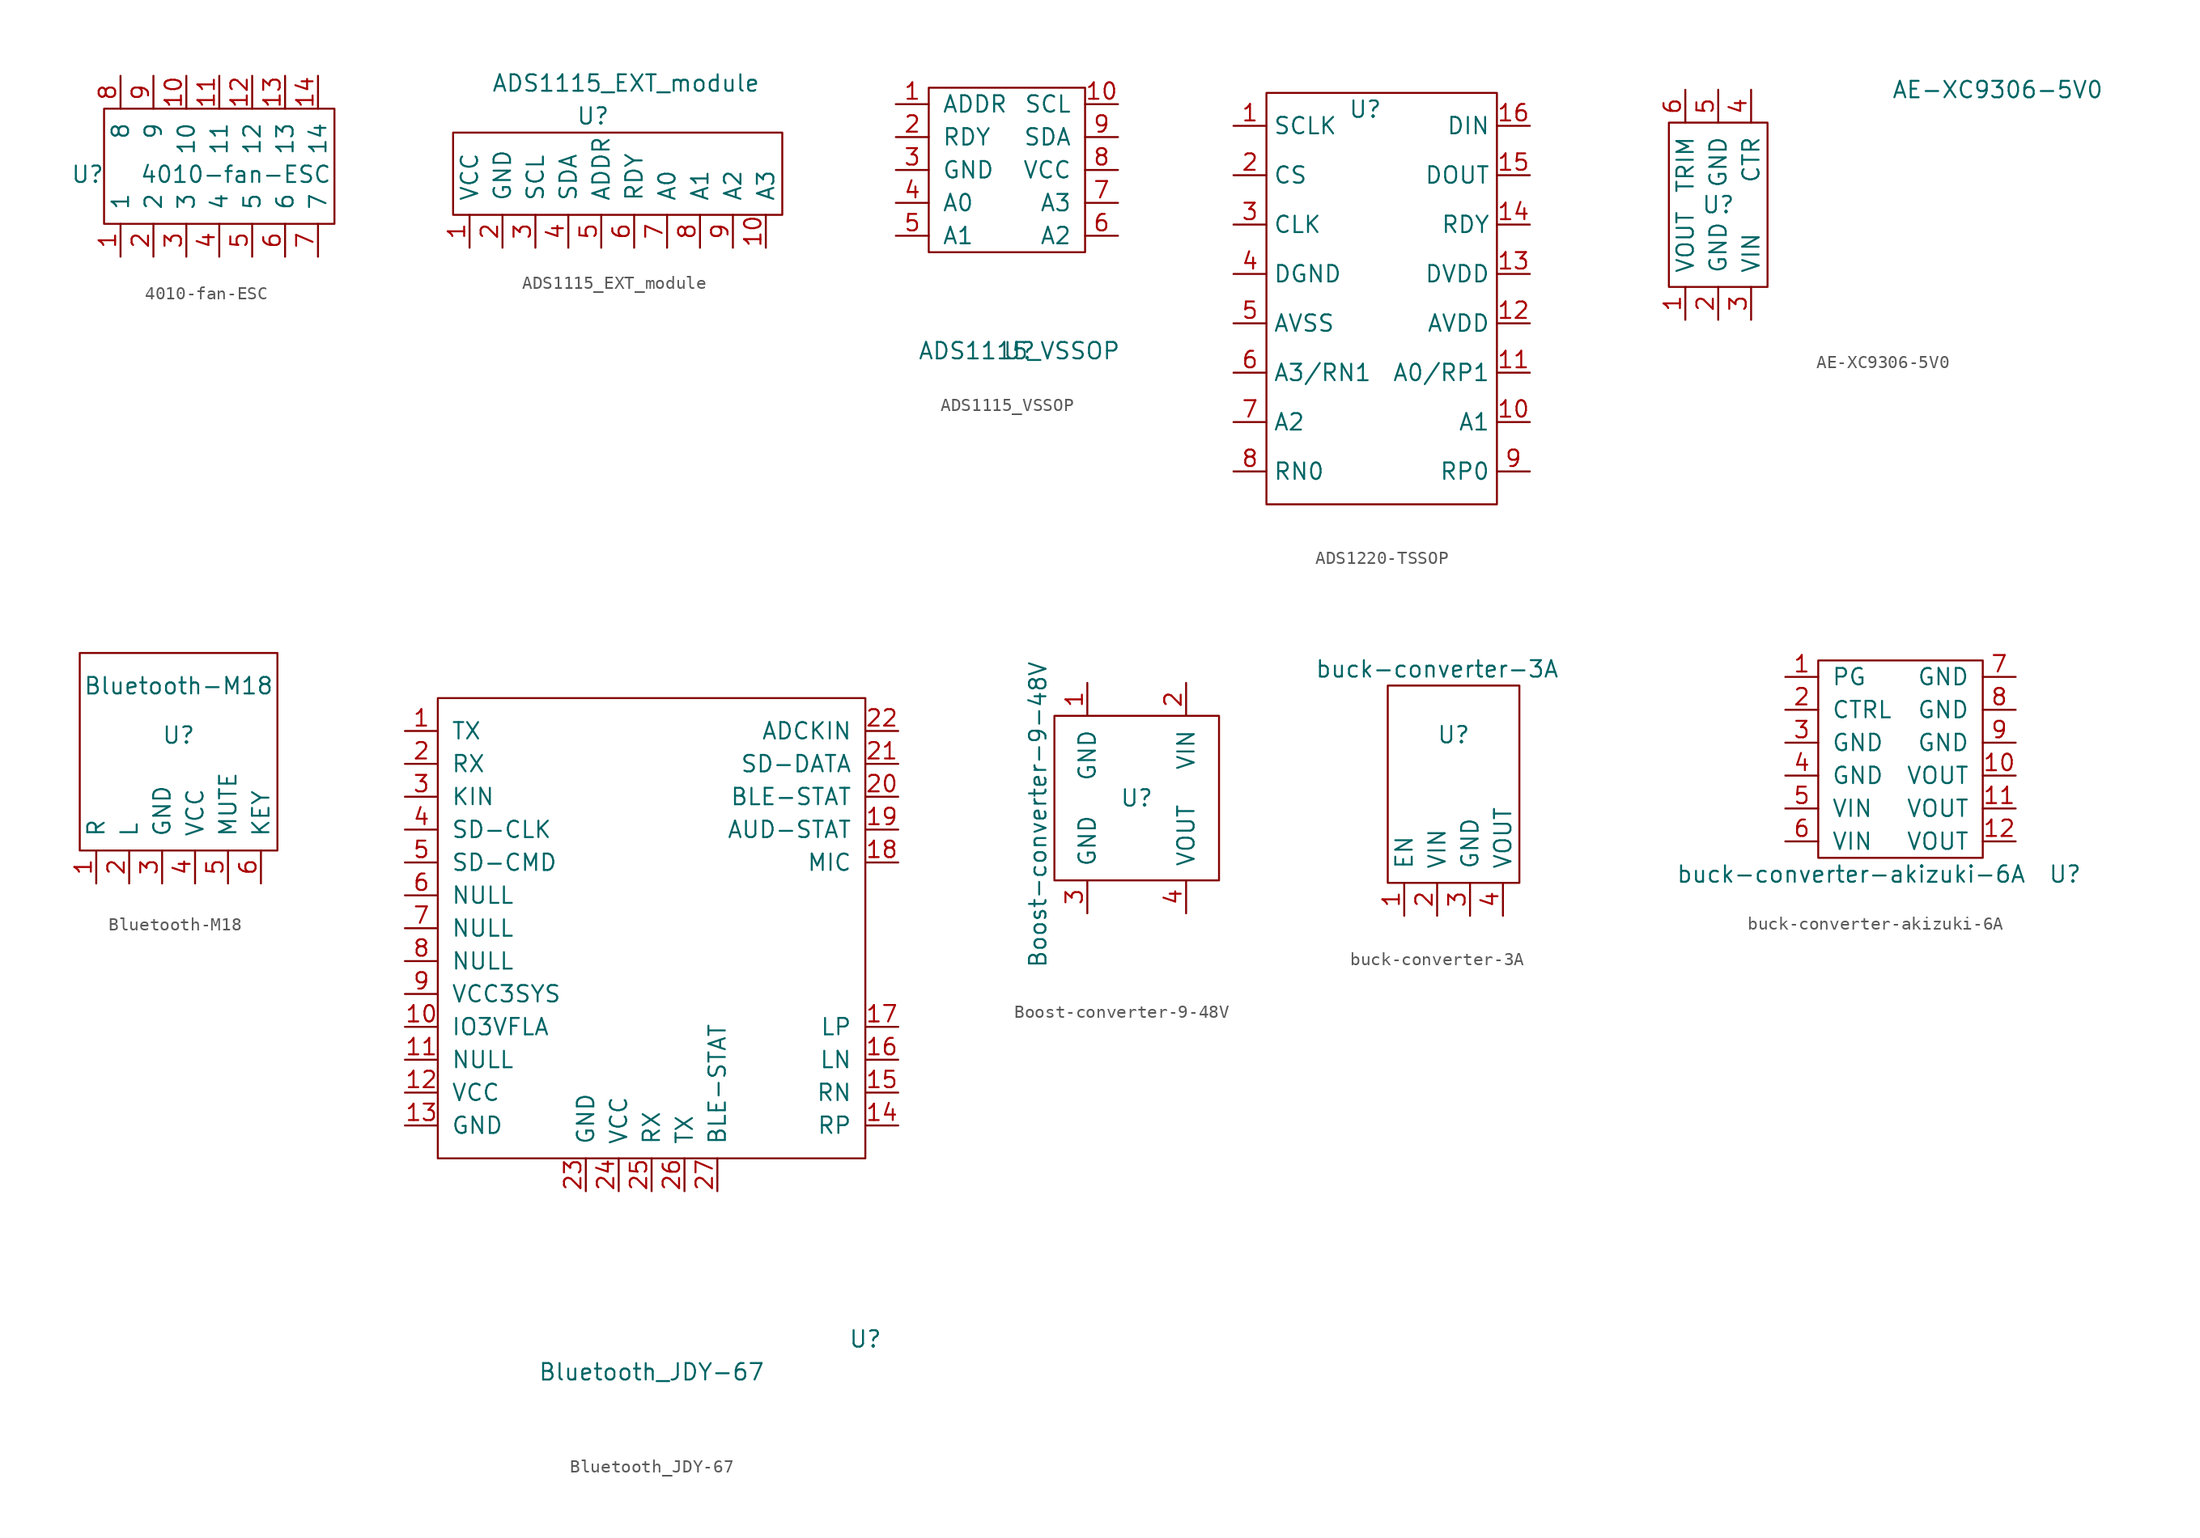
<source format=kicad_sym>
(kicad_symbol_lib
  (version 20231120)
  (generator "kicad_symbol_editor")
  (generator_version "8.0")
  (symbol "4010-fan-ESC"
    (pin_names
      (offset 1.016))
    (property "Reference" "U"
      (at -11.43 2.54 0)
      (effects (font (size 1.27 1.27))))
    (property "Value" "4010-fan-ESC"
      (at 0 2.54 0)
      (effects (font (size 1.27 1.27))))
    (symbol "4010-fan-ESC_0_1"
      (rectangle (start -10.16 7.62) (end 7.62 -1.27) (stroke (width 0) (type default)) (fill (type none))))
    (symbol "4010-fan-ESC_1_1"
      (pin passive line (at -8.89 -3.81 90) (length 2.54) (name "1" (effects (font (size 1.27 1.27)))) (number "1" (effects (font (size 1.27 1.27)))))
      (pin passive line (at -3.81 10.16 270) (length 2.54) (name "10" (effects (font (size 1.27 1.27)))) (number "10" (effects (font (size 1.27 1.27)))))
      (pin passive line (at -1.27 10.16 270) (length 2.54) (name "11" (effects (font (size 1.27 1.27)))) (number "11" (effects (font (size 1.27 1.27)))))
      (pin passive line (at 1.27 10.16 270) (length 2.54) (name "12" (effects (font (size 1.27 1.27)))) (number "12" (effects (font (size 1.27 1.27)))))
      (pin passive line (at 3.81 10.16 270) (length 2.54) (name "13" (effects (font (size 1.27 1.27)))) (number "13" (effects (font (size 1.27 1.27)))))
      (pin passive line (at 6.35 10.16 270) (length 2.54) (name "14" (effects (font (size 1.27 1.27)))) (number "14" (effects (font (size 1.27 1.27)))))
      (pin passive line (at -6.35 -3.81 90) (length 2.54) (name "2" (effects (font (size 1.27 1.27)))) (number "2" (effects (font (size 1.27 1.27)))))
      (pin passive line (at -3.81 -3.81 90) (length 2.54) (name "3" (effects (font (size 1.27 1.27)))) (number "3" (effects (font (size 1.27 1.27)))))
      (pin passive line (at -1.27 -3.81 90) (length 2.54) (name "4" (effects (font (size 1.27 1.27)))) (number "4" (effects (font (size 1.27 1.27)))))
      (pin passive line (at 1.27 -3.81 90) (length 2.54) (name "5" (effects (font (size 1.27 1.27)))) (number "5" (effects (font (size 1.27 1.27)))))
      (pin passive line (at 3.81 -3.81 90) (length 2.54) (name "6" (effects (font (size 1.27 1.27)))) (number "6" (effects (font (size 1.27 1.27)))))
      (pin passive line (at 6.35 -3.81 90) (length 2.54) (name "7" (effects (font (size 1.27 1.27)))) (number "7" (effects (font (size 1.27 1.27)))))
      (pin passive line (at -8.89 10.16 270) (length 2.54) (name "8" (effects (font (size 1.27 1.27)))) (number "8" (effects (font (size 1.27 1.27)))))
      (pin passive line (at -6.35 10.16 270) (length 2.54) (name "9" (effects (font (size 1.27 1.27)))) (number "9" (effects (font (size 1.27 1.27)))))))
  (symbol "ADS1115_EXT_module"
    (pin_names
      (offset 1.016))
    (property "Reference" "U"
      (at -1.905 7.62 0)
      (effects (font (size 1.27 1.27))))
    (property "Value" "ADS1115_EXT_module"
      (at 0.635 10.16 0)
      (effects (font (size 1.27 1.27))))
    (symbol "ADS1115_EXT_module_0_1"
      (rectangle (start -12.7 0) (end 12.7 6.35) (stroke (width 0) (type default)) (fill (type none))))
    (symbol "ADS1115_EXT_module_1_1"
      (pin passive line (at -11.43 -2.54 90) (length 2.54) (name "VCC" (effects (font (size 1.27 1.27)))) (number "1" (effects (font (size 1.27 1.27)))))
      (pin passive line (at 11.43 -2.54 90) (length 2.54) (name "A3" (effects (font (size 1.27 1.27)))) (number "10" (effects (font (size 1.27 1.27)))))
      (pin passive line (at -8.89 -2.54 90) (length 2.54) (name "GND" (effects (font (size 1.27 1.27)))) (number "2" (effects (font (size 1.27 1.27)))))
      (pin passive line (at -6.35 -2.54 90) (length 2.54) (name "SCL" (effects (font (size 1.27 1.27)))) (number "3" (effects (font (size 1.27 1.27)))))
      (pin passive line (at -3.81 -2.54 90) (length 2.54) (name "SDA" (effects (font (size 1.27 1.27)))) (number "4" (effects (font (size 1.27 1.27)))))
      (pin passive line (at -1.27 -2.54 90) (length 2.54) (name "ADDR" (effects (font (size 1.27 1.27)))) (number "5" (effects (font (size 1.27 1.27)))))
      (pin passive line (at 1.27 -2.54 90) (length 2.54) (name "RDY" (effects (font (size 1.27 1.27)))) (number "6" (effects (font (size 1.27 1.27)))))
      (pin passive line (at 3.81 -2.54 90) (length 2.54) (name "A0" (effects (font (size 1.27 1.27)))) (number "7" (effects (font (size 1.27 1.27)))))
      (pin passive line (at 6.35 -2.54 90) (length 2.54) (name "A1" (effects (font (size 1.27 1.27)))) (number "8" (effects (font (size 1.27 1.27)))))
      (pin passive line (at 8.89 -2.54 90) (length 2.54) (name "A2" (effects (font (size 1.27 1.27)))) (number "9" (effects (font (size 1.27 1.27)))))))
  (symbol "ADS1115_VSSOP"
    (pin_names
      (offset 1.016))
    (property "Reference" "U"
      (at 0 0 0)
      (effects (font (size 1.27 1.27))))
    (property "Value" "ADS1115_VSSOP"
      (at 0 0 0)
      (effects (font (size 1.27 1.27))))
    (symbol "ADS1115_VSSOP_0_1"
      (rectangle (start -6.985 20.32) (end 5.08 7.62) (stroke (width 0) (type default)) (fill (type none))))
    (symbol "ADS1115_VSSOP_1_1"
      (pin passive line (at -9.525 19.05 0) (length 2.54) (name "ADDR" (effects (font (size 1.27 1.27)))) (number "1" (effects (font (size 1.27 1.27)))))
      (pin passive line (at 7.62 19.05 180) (length 2.54) (name "SCL" (effects (font (size 1.27 1.27)))) (number "10" (effects (font (size 1.27 1.27)))))
      (pin passive line (at -9.525 16.51 0) (length 2.54) (name "RDY" (effects (font (size 1.27 1.27)))) (number "2" (effects (font (size 1.27 1.27)))))
      (pin passive line (at -9.525 13.97 0) (length 2.54) (name "GND" (effects (font (size 1.27 1.27)))) (number "3" (effects (font (size 1.27 1.27)))))
      (pin passive line (at -9.525 11.43 0) (length 2.54) (name "A0" (effects (font (size 1.27 1.27)))) (number "4" (effects (font (size 1.27 1.27)))))
      (pin passive line (at -9.525 8.89 0) (length 2.54) (name "A1" (effects (font (size 1.27 1.27)))) (number "5" (effects (font (size 1.27 1.27)))))
      (pin passive line (at 7.62 8.89 180) (length 2.54) (name "A2" (effects (font (size 1.27 1.27)))) (number "6" (effects (font (size 1.27 1.27)))))
      (pin passive line (at 7.62 11.43 180) (length 2.54) (name "A3" (effects (font (size 1.27 1.27)))) (number "7" (effects (font (size 1.27 1.27)))))
      (pin passive line (at 7.62 13.97 180) (length 2.54) (name "VCC" (effects (font (size 1.27 1.27)))) (number "8" (effects (font (size 1.27 1.27)))))
      (pin passive line (at 7.62 16.51 180) (length 2.54) (name "SDA" (effects (font (size 1.27 1.27)))) (number "9" (effects (font (size 1.27 1.27)))))))
  (symbol "ADS1220-TSSOP"
    (property "Reference" "U"
      (at -2.54 0 0)
      (effects (font (size 1.27 1.27))))
    (property "Value" ""
      (at -2.54 0 0)
      (effects (font (size 1.27 1.27))))
    (symbol "ADS1220-TSSOP_0_1"
      (rectangle (start -10.16 1.27) (end 7.62 -30.48) (stroke (width 0) (type default)) (fill (type none))))
    (symbol "ADS1220-TSSOP_1_1"
      (pin passive line (at -12.7 -1.27 0) (length 2.54) (name "SCLK" (effects (font (size 1.27 1.27)))) (number "1" (effects (font (size 1.27 1.27)))))
      (pin passive line (at 10.16 -24.13 180) (length 2.54) (name "A1" (effects (font (size 1.27 1.27)))) (number "10" (effects (font (size 1.27 1.27)))))
      (pin passive line (at 10.16 -20.32 180) (length 2.54) (name "A0/RP1" (effects (font (size 1.27 1.27)))) (number "11" (effects (font (size 1.27 1.27)))))
      (pin passive line (at 10.16 -16.51 180) (length 2.54) (name "AVDD" (effects (font (size 1.27 1.27)))) (number "12" (effects (font (size 1.27 1.27)))))
      (pin passive line (at 10.16 -12.7 180) (length 2.54) (name "DVDD" (effects (font (size 1.27 1.27)))) (number "13" (effects (font (size 1.27 1.27)))))
      (pin passive line (at 10.16 -8.89 180) (length 2.54) (name "RDY" (effects (font (size 1.27 1.27)))) (number "14" (effects (font (size 1.27 1.27)))))
      (pin passive line (at 10.16 -5.08 180) (length 2.54) (name "DOUT" (effects (font (size 1.27 1.27)))) (number "15" (effects (font (size 1.27 1.27)))))
      (pin passive line (at 10.16 -1.27 180) (length 2.54) (name "DIN" (effects (font (size 1.27 1.27)))) (number "16" (effects (font (size 1.27 1.27)))))
      (pin passive line (at -12.7 -5.08 0) (length 2.54) (name "CS" (effects (font (size 1.27 1.27)))) (number "2" (effects (font (size 1.27 1.27)))))
      (pin passive line (at -12.7 -8.89 0) (length 2.54) (name "CLK" (effects (font (size 1.27 1.27)))) (number "3" (effects (font (size 1.27 1.27)))))
      (pin passive line (at -12.7 -12.7 0) (length 2.54) (name "DGND" (effects (font (size 1.27 1.27)))) (number "4" (effects (font (size 1.27 1.27)))))
      (pin passive line (at -12.7 -16.51 0) (length 2.54) (name "AVSS" (effects (font (size 1.27 1.27)))) (number "5" (effects (font (size 1.27 1.27)))))
      (pin passive line (at -12.7 -20.32 0) (length 2.54) (name "A3/RN1" (effects (font (size 1.27 1.27)))) (number "6" (effects (font (size 1.27 1.27)))))
      (pin passive line (at -12.7 -24.13 0) (length 2.54) (name "A2" (effects (font (size 1.27 1.27)))) (number "7" (effects (font (size 1.27 1.27)))))
      (pin passive line (at -12.7 -27.94 0) (length 2.54) (name "RN0" (effects (font (size 1.27 1.27)))) (number "8" (effects (font (size 1.27 1.27)))))
      (pin passive line (at 10.16 -27.94 180) (length 2.54) (name "RP0" (effects (font (size 1.27 1.27)))) (number "9" (effects (font (size 1.27 1.27)))))))
  (symbol "AE-XC9306-5V0"
    (pin_names
      (offset 1.016))
    (property "Reference" "U"
      (at 0 6.35 0)
      (effects (font (size 1.27 1.27))))
    (property "Value" "AE-XC9306-5V0"
      (at 21.59 15.24 0)
      (effects (font (size 1.27 1.27))))
    (symbol "AE-XC9306-5V0_0_1"
      (rectangle (start -3.81 12.7) (end 3.81 0) (stroke (width 0) (type default)) (fill (type none))))
    (symbol "AE-XC9306-5V0_1_1"
      (pin passive line (at -2.54 -2.54 90) (length 2.54) (name "VOUT" (effects (font (size 1.27 1.27)))) (number "1" (effects (font (size 1.27 1.27)))))
      (pin passive line (at 0 -2.54 90) (length 2.54) (name "GND" (effects (font (size 1.27 1.27)))) (number "2" (effects (font (size 1.27 1.27)))))
      (pin passive line (at 2.54 -2.54 90) (length 2.54) (name "VIN" (effects (font (size 1.27 1.27)))) (number "3" (effects (font (size 1.27 1.27)))))
      (pin passive line (at 2.54 15.24 270) (length 2.54) (name "CTR" (effects (font (size 1.27 1.27)))) (number "4" (effects (font (size 1.27 1.27)))))
      (pin passive line (at 0 15.24 270) (length 2.54) (name "GND" (effects (font (size 1.27 1.27)))) (number "5" (effects (font (size 1.27 1.27)))))
      (pin passive line (at -2.54 15.24 270) (length 2.54) (name "TRIM" (effects (font (size 1.27 1.27)))) (number "6" (effects (font (size 1.27 1.27)))))))
  (symbol "Bluetooth-M18"
    (pin_names
      (offset 1.016))
    (property "Reference" "U"
      (at 0 11.43 0)
      (effects (font (size 1.27 1.27))))
    (property "Value" "Bluetooth-M18"
      (at 0 15.24 0)
      (effects (font (size 1.27 1.27))))
    (symbol "Bluetooth-M18_0_1"
      (rectangle (start -7.62 2.54) (end 7.62 17.78) (stroke (width 0) (type default)) (fill (type none))))
    (symbol "Bluetooth-M18_1_1"
      (pin passive line (at -6.35 0 90) (length 2.54) (name "R" (effects (font (size 1.27 1.27)))) (number "1" (effects (font (size 1.27 1.27)))))
      (pin passive line (at -3.81 0 90) (length 2.54) (name "L" (effects (font (size 1.27 1.27)))) (number "2" (effects (font (size 1.27 1.27)))))
      (pin passive line (at -1.27 0 90) (length 2.54) (name "GND" (effects (font (size 1.27 1.27)))) (number "3" (effects (font (size 1.27 1.27)))))
      (pin passive line (at 1.27 0 90) (length 2.54) (name "VCC" (effects (font (size 1.27 1.27)))) (number "4" (effects (font (size 1.27 1.27)))))
      (pin passive line (at 3.81 0 90) (length 2.54) (name "MUTE" (effects (font (size 1.27 1.27)))) (number "5" (effects (font (size 1.27 1.27)))))
      (pin passive line (at 6.35 0 90) (length 2.54) (name "KEY" (effects (font (size 1.27 1.27)))) (number "6" (effects (font (size 1.27 1.27)))))))
  (symbol "Bluetooth_JDY-67"
    (pin_names
      (offset 1.016))
    (property "Reference" "U"
      (at 16.51 -13.97 0)
      (effects (font (size 1.27 1.27))))
    (property "Value" "Bluetooth_JDY-67"
      (at 0 -16.51 0)
      (effects (font (size 1.27 1.27))))
    (symbol "Bluetooth_JDY-67_0_1"
      (rectangle (start -16.51 0) (end 16.51 35.56) (stroke (width 0) (type default)) (fill (type none))))
    (symbol "Bluetooth_JDY-67_1_1"
      (pin passive line (at -19.05 33.02 0) (length 2.54) (name "TX" (effects (font (size 1.27 1.27)))) (number "1" (effects (font (size 1.27 1.27)))))
      (pin passive line (at -19.05 10.16 0) (length 2.54) (name "IO3VFLA" (effects (font (size 1.27 1.27)))) (number "10" (effects (font (size 1.27 1.27)))))
      (pin passive line (at -19.05 7.62 0) (length 2.54) (name "NULL" (effects (font (size 1.27 1.27)))) (number "11" (effects (font (size 1.27 1.27)))))
      (pin passive line (at -19.05 5.08 0) (length 2.54) (name "VCC" (effects (font (size 1.27 1.27)))) (number "12" (effects (font (size 1.27 1.27)))))
      (pin passive line (at -19.05 2.54 0) (length 2.54) (name "GND" (effects (font (size 1.27 1.27)))) (number "13" (effects (font (size 1.27 1.27)))))
      (pin passive line (at 19.05 2.54 180) (length 2.54) (name "RP" (effects (font (size 1.27 1.27)))) (number "14" (effects (font (size 1.27 1.27)))))
      (pin passive line (at 19.05 5.08 180) (length 2.54) (name "RN" (effects (font (size 1.27 1.27)))) (number "15" (effects (font (size 1.27 1.27)))))
      (pin passive line (at 19.05 7.62 180) (length 2.54) (name "LN" (effects (font (size 1.27 1.27)))) (number "16" (effects (font (size 1.27 1.27)))))
      (pin passive line (at 19.05 10.16 180) (length 2.54) (name "LP" (effects (font (size 1.27 1.27)))) (number "17" (effects (font (size 1.27 1.27)))))
      (pin passive line (at 19.05 22.86 180) (length 2.54) (name "MIC" (effects (font (size 1.27 1.27)))) (number "18" (effects (font (size 1.27 1.27)))))
      (pin passive line (at 19.05 25.4 180) (length 2.54) (name "AUD-STAT" (effects (font (size 1.27 1.27)))) (number "19" (effects (font (size 1.27 1.27)))))
      (pin passive line (at -19.05 30.48 0) (length 2.54) (name "RX" (effects (font (size 1.27 1.27)))) (number "2" (effects (font (size 1.27 1.27)))))
      (pin passive line (at 19.05 27.94 180) (length 2.54) (name "BLE-STAT" (effects (font (size 1.27 1.27)))) (number "20" (effects (font (size 1.27 1.27)))))
      (pin passive line (at 19.05 30.48 180) (length 2.54) (name "SD-DATA" (effects (font (size 1.27 1.27)))) (number "21" (effects (font (size 1.27 1.27)))))
      (pin passive line (at 19.05 33.02 180) (length 2.54) (name "ADCKIN" (effects (font (size 1.27 1.27)))) (number "22" (effects (font (size 1.27 1.27)))))
      (pin passive line (at -5.08 -2.54 90) (length 2.54) (name "GND" (effects (font (size 1.27 1.27)))) (number "23" (effects (font (size 1.27 1.27)))))
      (pin passive line (at -2.54 -2.54 90) (length 2.54) (name "VCC" (effects (font (size 1.27 1.27)))) (number "24" (effects (font (size 1.27 1.27)))))
      (pin passive line (at 0 -2.54 90) (length 2.54) (name "RX" (effects (font (size 1.27 1.27)))) (number "25" (effects (font (size 1.27 1.27)))))
      (pin passive line (at 2.54 -2.54 90) (length 2.54) (name "TX" (effects (font (size 1.27 1.27)))) (number "26" (effects (font (size 1.27 1.27)))))
      (pin passive line (at 5.08 -2.54 90) (length 2.54) (name "BLE-STAT" (effects (font (size 1.27 1.27)))) (number "27" (effects (font (size 1.27 1.27)))))
      (pin passive line (at -19.05 27.94 0) (length 2.54) (name "KIN" (effects (font (size 1.27 1.27)))) (number "3" (effects (font (size 1.27 1.27)))))
      (pin passive line (at -19.05 25.4 0) (length 2.54) (name "SD-CLK" (effects (font (size 1.27 1.27)))) (number "4" (effects (font (size 1.27 1.27)))))
      (pin passive line (at -19.05 22.86 0) (length 2.54) (name "SD-CMD" (effects (font (size 1.27 1.27)))) (number "5" (effects (font (size 1.27 1.27)))))
      (pin passive line (at -19.05 20.32 0) (length 2.54) (name "NULL" (effects (font (size 1.27 1.27)))) (number "6" (effects (font (size 1.27 1.27)))))
      (pin passive line (at -19.05 17.78 0) (length 2.54) (name "NULL" (effects (font (size 1.27 1.27)))) (number "7" (effects (font (size 1.27 1.27)))))
      (pin passive line (at -19.05 15.24 0) (length 2.54) (name "NULL" (effects (font (size 1.27 1.27)))) (number "8" (effects (font (size 1.27 1.27)))))
      (pin passive line (at -19.05 12.7 0) (length 2.54) (name "VCC3SYS" (effects (font (size 1.27 1.27)))) (number "9" (effects (font (size 1.27 1.27)))))))
  (symbol "Boost-converter-9-48V"
    (pin_names
      (offset 1.016))
    (property "Reference" "U"
      (at 0 0 0)
      (effects (font (size 1.27 1.27))))
    (property "Value" "Boost-converter-9-48V"
      (at -7.62 -1.27 90)
      (effects (font (size 1.27 1.27))))
    (symbol "Boost-converter-9-48V_0_1"
      (rectangle (start -6.35 6.35) (end 6.35 -6.35) (stroke (width 0) (type default)) (fill (type none))))
    (symbol "Boost-converter-9-48V_1_1"
      (pin power_in line (at -3.81 8.89 270) (length 2.54) (name "GND" (effects (font (size 1.27 1.27)))) (number "1" (effects (font (size 1.27 1.27)))))
      (pin power_in line (at 3.81 8.89 270) (length 2.54) (name "VIN" (effects (font (size 1.27 1.27)))) (number "2" (effects (font (size 1.27 1.27)))))
      (pin power_out line (at -3.81 -8.89 90) (length 2.54) (name "GND" (effects (font (size 1.27 1.27)))) (number "3" (effects (font (size 1.27 1.27)))))
      (pin power_out line (at 3.81 -8.89 90) (length 2.54) (name "VOUT" (effects (font (size 1.27 1.27)))) (number "4" (effects (font (size 1.27 1.27)))))))
  (symbol "buck-converter-3A"
    (pin_names
      (offset 1.016))
    (property "Reference" "U"
      (at 0 13.97 0)
      (effects (font (size 1.27 1.27))))
    (property "Value" "buck-converter-3A"
      (at -1.27 19.05 0)
      (effects (font (size 1.27 1.27))))
    (symbol "buck-converter-3A_0_1"
      (rectangle (start -5.08 2.54) (end 5.08 17.78) (stroke (width 0) (type default)) (fill (type none))))
    (symbol "buck-converter-3A_1_1"
      (pin passive line (at -3.81 0 90) (length 2.54) (name "EN" (effects (font (size 1.27 1.27)))) (number "1" (effects (font (size 1.27 1.27)))))
      (pin passive line (at -1.27 0 90) (length 2.54) (name "VIN" (effects (font (size 1.27 1.27)))) (number "2" (effects (font (size 1.27 1.27)))))
      (pin passive line (at 1.27 0 90) (length 2.54) (name "GND" (effects (font (size 1.27 1.27)))) (number "3" (effects (font (size 1.27 1.27)))))
      (pin passive line (at 3.81 0 90) (length 2.54) (name "VOUT" (effects (font (size 1.27 1.27)))) (number "4" (effects (font (size 1.27 1.27)))))))
  (symbol "buck-converter-akizuki-6A"
    (pin_names
      (offset 1.016))
    (property "Reference" "U"
      (at 10.16 -6.35 0)
      (effects (font (size 1.27 1.27))))
    (property "Value" "buck-converter-akizuki-6A"
      (at -6.35 -6.35 0)
      (effects (font (size 1.27 1.27))))
    (symbol "buck-converter-akizuki-6A_0_1"
      (rectangle (start -8.89 10.16) (end 3.81 -5.08) (stroke (width 0) (type default)) (fill (type none))))
    (symbol "buck-converter-akizuki-6A_1_1"
      (pin passive line (at -11.43 8.89 0) (length 2.54) (name "PG" (effects (font (size 1.27 1.27)))) (number "1" (effects (font (size 1.27 1.27)))))
      (pin passive line (at 6.35 1.27 180) (length 2.54) (name "VOUT" (effects (font (size 1.27 1.27)))) (number "10" (effects (font (size 1.27 1.27)))))
      (pin passive line (at 6.35 -1.27 180) (length 2.54) (name "VOUT" (effects (font (size 1.27 1.27)))) (number "11" (effects (font (size 1.27 1.27)))))
      (pin passive line (at 6.35 -3.81 180) (length 2.54) (name "VOUT" (effects (font (size 1.27 1.27)))) (number "12" (effects (font (size 1.27 1.27)))))
      (pin passive line (at -11.43 6.35 0) (length 2.54) (name "CTRL" (effects (font (size 1.27 1.27)))) (number "2" (effects (font (size 1.27 1.27)))))
      (pin passive line (at -11.43 3.81 0) (length 2.54) (name "GND" (effects (font (size 1.27 1.27)))) (number "3" (effects (font (size 1.27 1.27)))))
      (pin passive line (at -11.43 1.27 0) (length 2.54) (name "GND" (effects (font (size 1.27 1.27)))) (number "4" (effects (font (size 1.27 1.27)))))
      (pin passive line (at -11.43 -1.27 0) (length 2.54) (name "VIN" (effects (font (size 1.27 1.27)))) (number "5" (effects (font (size 1.27 1.27)))))
      (pin passive line (at -11.43 -3.81 0) (length 2.54) (name "VIN" (effects (font (size 1.27 1.27)))) (number "6" (effects (font (size 1.27 1.27)))))
      (pin passive line (at 6.35 8.89 180) (length 2.54) (name "GND" (effects (font (size 1.27 1.27)))) (number "7" (effects (font (size 1.27 1.27)))))
      (pin passive line (at 6.35 6.35 180) (length 2.54) (name "GND" (effects (font (size 1.27 1.27)))) (number "8" (effects (font (size 1.27 1.27)))))
      (pin passive line (at 6.35 3.81 180) (length 2.54) (name "GND" (effects (font (size 1.27 1.27)))) (number "9" (effects (font (size 1.27 1.27))))))))
</source>
